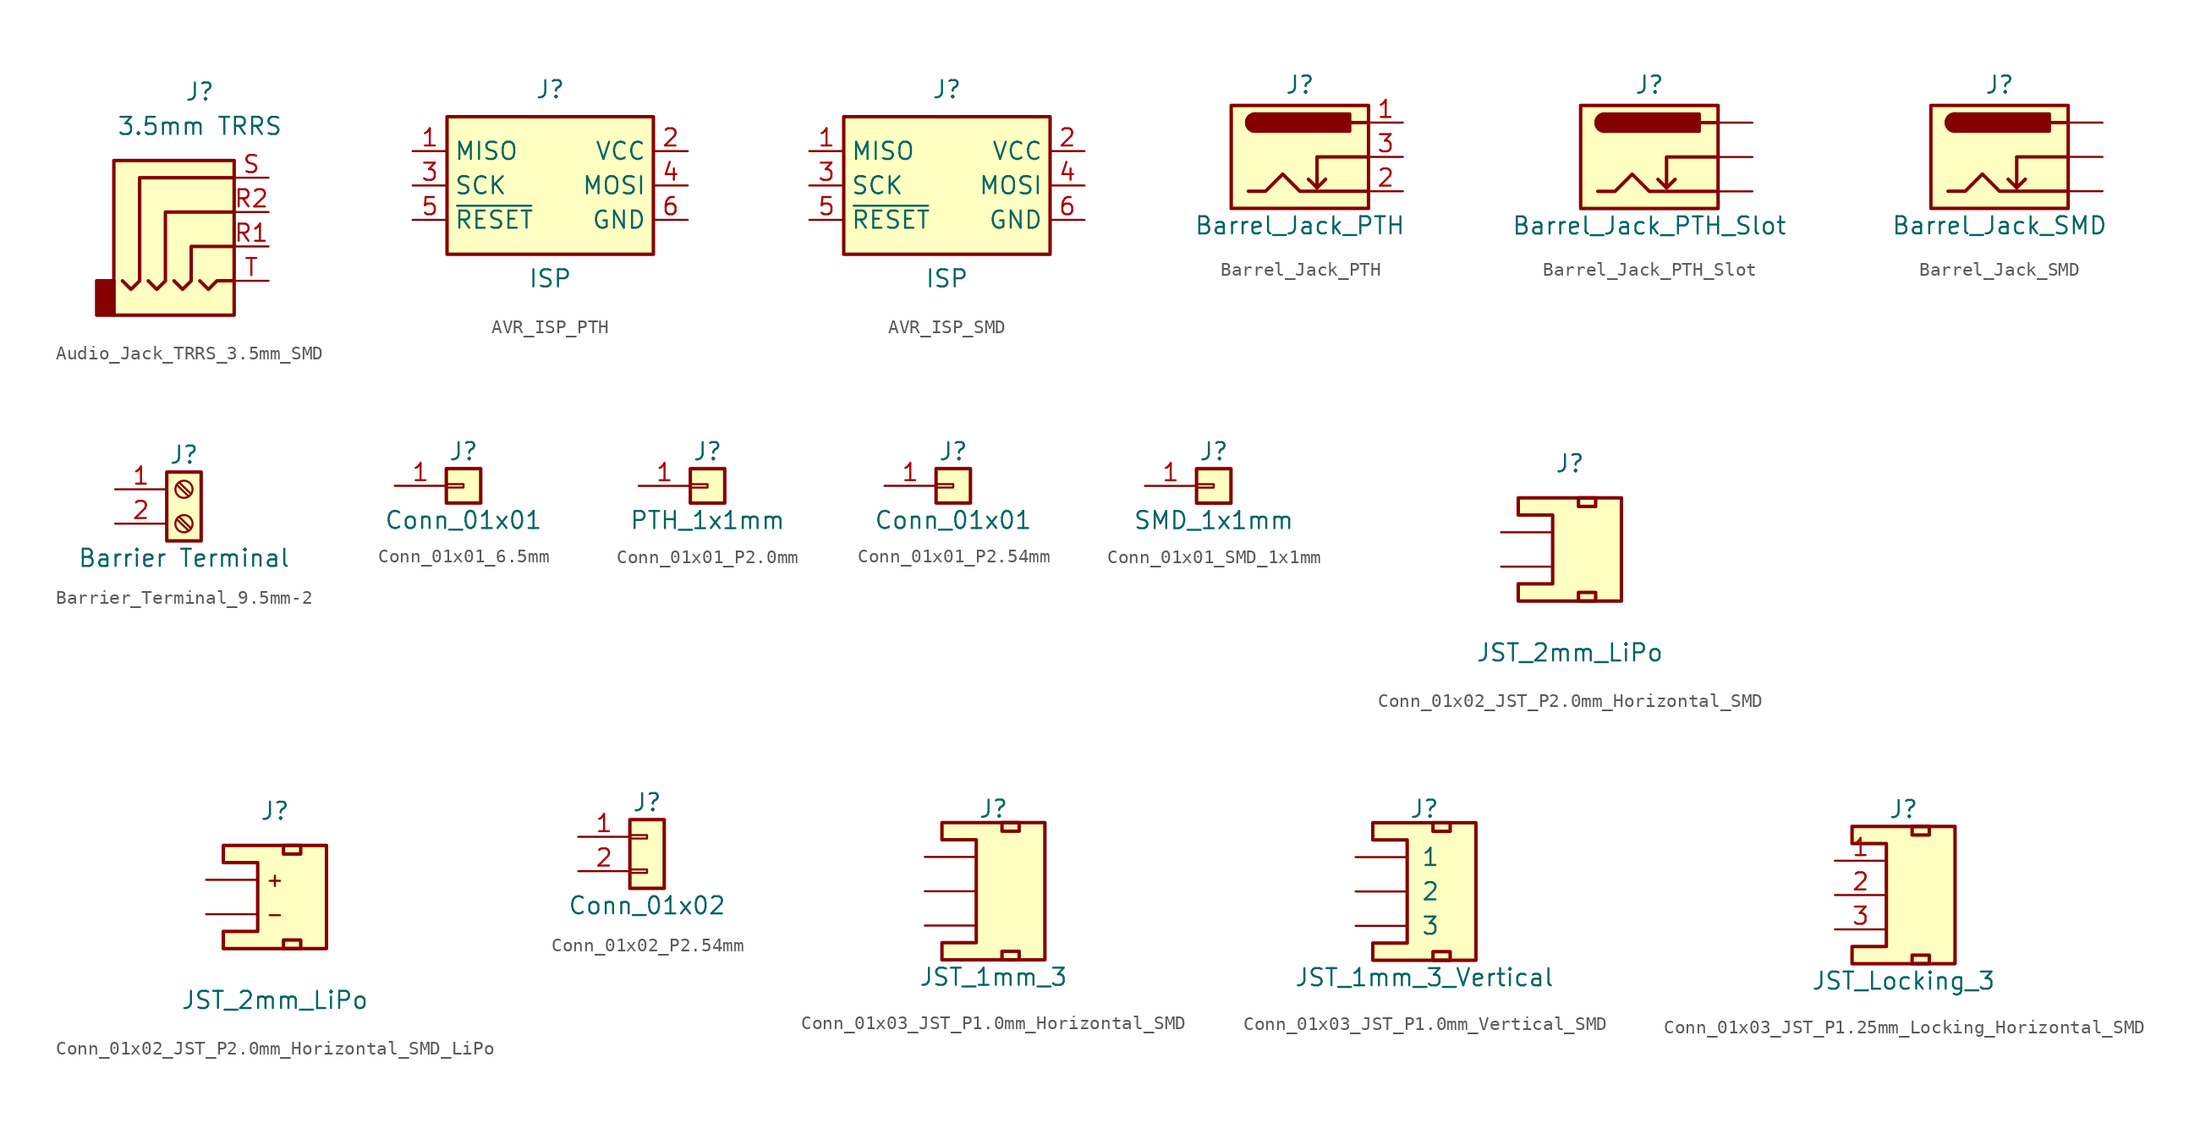
<source format=kicad_sym>
(kicad_symbol_lib
  (version 20241209)
  (generator "kicad_symbol_editor")
  (generator_version "9.0")
  (symbol "Audio_Jack_TRRS_3.5mm_SMD"
    (property "Reference" "J"
      (at 0 8.89 0)
      (effects (font (size 1.27 1.27))))
    (property "Value" "3.5mm TRRS"
      (at 0 6.35 0)
      (effects (font (size 1.27 1.27))))
    (symbol "Audio_Jack_TRRS_3.5mm_SMD_0_1"
      (rectangle (start -6.35 3.81) (end 2.54 -7.62) (stroke (width 0.254) (type default)) (fill (type background)))
      (rectangle (start -6.35 -5.08) (end -7.62 -7.62) (stroke (width 0.254) (type default)) (fill (type outline)))
      (polyline (pts (xy -5.715 -5.08) (xy -5.08 -5.715) (xy -4.445 -5.08) (xy -4.445 2.54) (xy 2.54 2.54)) (stroke (width 0.254) (type default)) (fill (type none)))
      (polyline (pts (xy -1.905 -5.08) (xy -1.27 -5.715) (xy -0.635 -5.08) (xy -0.635 -2.54) (xy 2.54 -2.54)) (stroke (width 0.254) (type default)) (fill (type none)))
      (polyline (pts (xy 0 -5.08) (xy 0.635 -5.715) (xy 1.27 -5.08) (xy 2.54 -5.08)) (stroke (width 0.254) (type default)) (fill (type none)))
      (polyline (pts (xy 2.54 0) (xy -2.54 0) (xy -2.54 -5.08) (xy -3.175 -5.715) (xy -3.81 -5.08)) (stroke (width 0.254) (type default)) (fill (type none))))
    (symbol "Audio_Jack_TRRS_3.5mm_SMD_1_1"
      (pin passive line (at 5.08 2.54 180) (length 2.54) (name "~" (effects (font (size 1.27 1.27)))) (number "S" (effects (font (size 1.27 1.27)))))
      (pin passive line (at 5.08 0 180) (length 2.54) (name "~" (effects (font (size 1.27 1.27)))) (number "R2" (effects (font (size 1.27 1.27)))))
      (pin passive line (at 5.08 -2.54 180) (length 2.54) (name "~" (effects (font (size 1.27 1.27)))) (number "R1" (effects (font (size 1.27 1.27)))))
      (pin passive line (at 5.08 -5.08 180) (length 2.54) (name "~" (effects (font (size 1.27 1.27)))) (number "T" (effects (font (size 1.27 1.27)))))))
  (symbol "AVR_ISP_PTH"
    (property "Reference" "J"
      (at 0 6.35 0)
      (effects (font (size 1.27 1.27)) (justify bottom)))
    (property "Value" "ISP"
      (at 0 -7.62 0)
      (effects (font (size 1.27 1.27)) (justify bottom)))
    (symbol "AVR_ISP_PTH_1_0"
      (pin input line (at -10.16 2.54 0) (length 2.54) (name "MISO" (effects (font (size 1.27 1.27)))) (number "1" (effects (font (size 1.27 1.27)))))
      (pin input line (at -10.16 0 0) (length 2.54) (name "SCK" (effects (font (size 1.27 1.27)))) (number "3" (effects (font (size 1.27 1.27)))))
      (pin input line (at -10.16 -2.54 0) (length 2.54) (name "~{RESET}" (effects (font (size 1.27 1.27)))) (number "5" (effects (font (size 1.27 1.27)))))
      (pin power_in line (at 10.16 2.54 180) (length 2.54) (name "VCC" (effects (font (size 1.27 1.27)))) (number "2" (effects (font (size 1.27 1.27)))))
      (pin output line (at 10.16 0 180) (length 2.54) (name "MOSI" (effects (font (size 1.27 1.27)))) (number "4" (effects (font (size 1.27 1.27)))))
      (pin power_in line (at 10.16 -2.54 180) (length 2.54) (name "GND" (effects (font (size 1.27 1.27)))) (number "6" (effects (font (size 1.27 1.27))))))
    (symbol "AVR_ISP_PTH_1_1"
      (rectangle (start -7.62 5.08) (end 7.62 -5.08) (stroke (width 0.254) (type default)) (fill (type background)))))
  (symbol "AVR_ISP_SMD"
    (property "Reference" "J"
      (at 0 6.35 0)
      (effects (font (size 1.27 1.27)) (justify bottom)))
    (property "Value" "ISP"
      (at 0 -7.62 0)
      (effects (font (size 1.27 1.27)) (justify bottom)))
    (symbol "AVR_ISP_SMD_1_0"
      (pin input line (at -10.16 2.54 0) (length 2.54) (name "MISO" (effects (font (size 1.27 1.27)))) (number "1" (effects (font (size 1.27 1.27)))))
      (pin input line (at -10.16 0 0) (length 2.54) (name "SCK" (effects (font (size 1.27 1.27)))) (number "3" (effects (font (size 1.27 1.27)))))
      (pin input line (at -10.16 -2.54 0) (length 2.54) (name "~{RESET}" (effects (font (size 1.27 1.27)))) (number "5" (effects (font (size 1.27 1.27)))))
      (pin power_in line (at 10.16 2.54 180) (length 2.54) (name "VCC" (effects (font (size 1.27 1.27)))) (number "2" (effects (font (size 1.27 1.27)))))
      (pin output line (at 10.16 0 180) (length 2.54) (name "MOSI" (effects (font (size 1.27 1.27)))) (number "4" (effects (font (size 1.27 1.27)))))
      (pin power_in line (at 10.16 -2.54 180) (length 2.54) (name "GND" (effects (font (size 1.27 1.27)))) (number "6" (effects (font (size 1.27 1.27))))))
    (symbol "AVR_ISP_SMD_1_1"
      (rectangle (start -7.62 5.08) (end 7.62 -5.08) (stroke (width 0.254) (type default)) (fill (type background)))))
  (symbol "Barrel_Jack_PTH"
    (pin_names
      (hide yes))
    (property "Reference" "J"
      (at 0 5.334 0)
      (effects (font (size 1.27 1.27))))
    (property "Value" "Barrel_Jack_PTH"
      (at 0 -5.08 0)
      (effects (font (size 1.27 1.27))))
    (symbol "Barrel_Jack_PTH_0_1"
      (rectangle (start -5.08 3.81) (end 5.08 -3.81) (stroke (width 0.254) (type default)) (fill (type background)))
      (polyline (pts (xy -3.81 -2.54) (xy -2.54 -2.54) (xy -1.27 -1.27) (xy 0 -2.54) (xy 2.54 -2.54) (xy 5.08 -2.54)) (stroke (width 0.254) (type default)) (fill (type none)))
      (arc (start -3.302 1.905) (mid -3.9343 2.54) (end -3.302 3.175) (stroke (width 0.254) (type default)) (fill (type none)))
      (arc (start -3.302 1.905) (mid -3.9343 2.54) (end -3.302 3.175) (stroke (width 0.254) (type default)) (fill (type outline)))
      (polyline (pts (xy 1.27 -2.286) (xy 1.905 -1.651)) (stroke (width 0.254) (type default)) (fill (type none)))
      (rectangle (start 3.683 3.175) (end -3.302 1.905) (stroke (width 0.254) (type default)) (fill (type outline)))
      (polyline (pts (xy 5.08 2.54) (xy 3.81 2.54)) (stroke (width 0.254) (type default)) (fill (type none)))
      (polyline (pts (xy 5.08 0) (xy 1.27 0) (xy 1.27 -2.286) (xy 0.635 -1.651)) (stroke (width 0.254) (type default)) (fill (type none))))
    (symbol "Barrel_Jack_PTH_1_1"
      (pin passive line (at 7.62 2.54 180) (length 2.54) (name "PWR" (effects (font (size 1.27 1.27)))) (number "1" (effects (font (size 1.27 1.27)))))
      (pin passive line (at 7.62 0 180) (length 2.54) (name "GNDBREAK" (effects (font (size 1.27 1.27)))) (number "3" (effects (font (size 1.27 1.27)))))
      (pin passive line (at 7.62 -2.54 180) (length 2.54) (name "GND" (effects (font (size 1.27 1.27)))) (number "2" (effects (font (size 1.27 1.27)))))))
  (symbol "Barrel_Jack_PTH_Slot"
    (pin_numbers
      (hide yes))
    (pin_names
      (hide yes))
    (property "Reference" "J"
      (at 0 5.334 0)
      (effects (font (size 1.27 1.27))))
    (property "Value" "Barrel_Jack_PTH_Slot"
      (at 0 -5.08 0)
      (effects (font (size 1.27 1.27))))
    (symbol "Barrel_Jack_PTH_Slot_0_1"
      (rectangle (start -5.08 3.81) (end 5.08 -3.81) (stroke (width 0.254) (type default)) (fill (type background)))
      (polyline (pts (xy -3.81 -2.54) (xy -2.54 -2.54) (xy -1.27 -1.27) (xy 0 -2.54) (xy 2.54 -2.54) (xy 5.08 -2.54)) (stroke (width 0.254) (type default)) (fill (type none)))
      (arc (start -3.302 1.905) (mid -3.9343 2.54) (end -3.302 3.175) (stroke (width 0.254) (type default)) (fill (type none)))
      (arc (start -3.302 1.905) (mid -3.9343 2.54) (end -3.302 3.175) (stroke (width 0.254) (type default)) (fill (type outline)))
      (polyline (pts (xy 1.27 -2.286) (xy 1.905 -1.651)) (stroke (width 0.254) (type default)) (fill (type none)))
      (rectangle (start 3.683 3.175) (end -3.302 1.905) (stroke (width 0.254) (type default)) (fill (type outline)))
      (polyline (pts (xy 5.08 2.54) (xy 3.81 2.54)) (stroke (width 0.254) (type default)) (fill (type none)))
      (polyline (pts (xy 5.08 0) (xy 1.27 0) (xy 1.27 -2.286) (xy 0.635 -1.651)) (stroke (width 0.254) (type default)) (fill (type none))))
    (symbol "Barrel_Jack_PTH_Slot_1_1"
      (pin passive line (at 7.62 2.54 180) (length 2.54) (name "PWR" (effects (font (size 1.27 1.27)))) (number "PWR" (effects (font (size 1.27 1.27)))))
      (pin passive line (at 7.62 0 180) (length 2.54) (name "GNDBREAK" (effects (font (size 1.27 1.27)))) (number "GNDBREAK" (effects (font (size 1.27 1.27)))))
      (pin passive line (at 7.62 -2.54 180) (length 2.54) (name "GND" (effects (font (size 1.27 1.27)))) (number "GND" (effects (font (size 1.27 1.27)))))))
  (symbol "Barrel_Jack_SMD"
    (pin_numbers
      (hide yes))
    (pin_names
      (hide yes))
    (property "Reference" "J"
      (at 0 5.334 0)
      (effects (font (size 1.27 1.27))))
    (property "Value" "Barrel_Jack_SMD"
      (at 0 -5.08 0)
      (effects (font (size 1.27 1.27))))
    (symbol "Barrel_Jack_SMD_0_1"
      (rectangle (start -5.08 3.81) (end 5.08 -3.81) (stroke (width 0.254) (type default)) (fill (type background)))
      (polyline (pts (xy -3.81 -2.54) (xy -2.54 -2.54) (xy -1.27 -1.27) (xy 0 -2.54) (xy 2.54 -2.54) (xy 5.08 -2.54)) (stroke (width 0.254) (type default)) (fill (type none)))
      (arc (start -3.302 1.905) (mid -3.9343 2.54) (end -3.302 3.175) (stroke (width 0.254) (type default)) (fill (type none)))
      (arc (start -3.302 1.905) (mid -3.9343 2.54) (end -3.302 3.175) (stroke (width 0.254) (type default)) (fill (type outline)))
      (polyline (pts (xy 1.27 -2.286) (xy 1.905 -1.651)) (stroke (width 0.254) (type default)) (fill (type none)))
      (rectangle (start 3.683 3.175) (end -3.302 1.905) (stroke (width 0.254) (type default)) (fill (type outline)))
      (polyline (pts (xy 5.08 2.54) (xy 3.81 2.54)) (stroke (width 0.254) (type default)) (fill (type none)))
      (polyline (pts (xy 5.08 0) (xy 1.27 0) (xy 1.27 -2.286) (xy 0.635 -1.651)) (stroke (width 0.254) (type default)) (fill (type none))))
    (symbol "Barrel_Jack_SMD_1_1"
      (pin passive line (at 7.62 2.54 180) (length 2.54) (name "PWR" (effects (font (size 1.27 1.27)))) (number "PWR" (effects (font (size 1.27 1.27)))))
      (pin passive line (at 7.62 0 180) (length 2.54) (name "GNDBREAK" (effects (font (size 1.27 1.27)))) (number "GNDBREAK" (effects (font (size 1.27 1.27)))))
      (pin passive line (at 7.62 -2.54 180) (length 2.54) (name "GND" (effects (font (size 1.27 1.27)))) (number "GND" (effects (font (size 1.27 1.27)))))))
  (symbol "Barrier_Terminal_9.5mm-2"
    (pin_names
      (offset 1.016)
      (hide yes))
    (property "Reference" "J"
      (at 0 3.81 0)
      (effects (font (size 1.27 1.27))))
    (property "Value" "Barrier Terminal"
      (at 0 -3.81 0)
      (effects (font (size 1.27 1.27))))
    (symbol "Barrier_Terminal_9.5mm-2_1_1"
      (rectangle (start -1.27 2.54) (end 1.27 -2.54) (stroke (width 0.254) (type default)) (fill (type background)))
      (polyline (pts (xy -0.533 1.6) (xy 0.33 0.762)) (stroke (width 0.152) (type default)) (fill (type none)))
      (polyline (pts (xy -0.533 -0.94) (xy 0.33 -1.778)) (stroke (width 0.152) (type default)) (fill (type none)))
      (polyline (pts (xy -0.356 1.778) (xy 0.508 0.94)) (stroke (width 0.152) (type default)) (fill (type none)))
      (polyline (pts (xy -0.356 -0.762) (xy 0.508 -1.6)) (stroke (width 0.152) (type default)) (fill (type none)))
      (circle (center 0 1.27) (radius 0.635) (stroke (width 0.152) (type default)) (fill (type none)))
      (circle (center 0 -1.27) (radius 0.635) (stroke (width 0.152) (type default)) (fill (type none)))
      (pin passive line (at -5.08 1.27 0) (length 3.81) (name "Pin_1" (effects (font (size 1.27 1.27)))) (number "1" (effects (font (size 1.27 1.27)))))
      (pin passive line (at -5.08 -1.27 0) (length 3.81) (name "Pin_2" (effects (font (size 1.27 1.27)))) (number "2" (effects (font (size 1.27 1.27)))))))
  (symbol "Conn_01x01_6.5mm"
    (pin_names
      (offset 1.016)
      (hide yes))
    (property "Reference" "J"
      (at 0 2.54 0)
      (effects (font (size 1.27 1.27))))
    (property "Value" "Conn_01x01"
      (at 0 -2.54 0)
      (effects (font (size 1.27 1.27))))
    (symbol "Conn_01x01_6.5mm_1_1"
      (rectangle (start -1.27 1.27) (end 1.27 -1.27) (stroke (width 0.254) (type default)) (fill (type background)))
      (rectangle (start -1.27 0.127) (end 0 -0.127) (stroke (width 0.152) (type default)) (fill (type none)))
      (pin passive line (at -5.08 0 0) (length 3.81) (name "Pin_1" (effects (font (size 1.27 1.27)))) (number "1" (effects (font (size 1.27 1.27)))))))
  (symbol "Conn_01x01_P2.0mm"
    (pin_names
      (offset 1.016)
      (hide yes))
    (property "Reference" "J"
      (at 0 2.54 0)
      (effects (font (size 1.27 1.27))))
    (property "Value" "PTH_1x1mm"
      (at 0 -2.54 0)
      (effects (font (size 1.27 1.27))))
    (symbol "Conn_01x01_P2.0mm_1_1"
      (rectangle (start -1.27 1.27) (end 1.27 -1.27) (stroke (width 0.254) (type default)) (fill (type background)))
      (rectangle (start -1.27 0.127) (end 0 -0.127) (stroke (width 0.152) (type default)) (fill (type none)))
      (pin passive line (at -5.08 0 0) (length 3.81) (name "Pin_1" (effects (font (size 1.27 1.27)))) (number "1" (effects (font (size 1.27 1.27)))))))
  (symbol "Conn_01x01_P2.54mm"
    (pin_names
      (offset 1.016)
      (hide yes))
    (property "Reference" "J"
      (at 0 2.54 0)
      (effects (font (size 1.27 1.27))))
    (property "Value" "Conn_01x01"
      (at 0 -2.54 0)
      (effects (font (size 1.27 1.27))))
    (symbol "Conn_01x01_P2.54mm_1_1"
      (rectangle (start -1.27 1.27) (end 1.27 -1.27) (stroke (width 0.254) (type default)) (fill (type background)))
      (rectangle (start -1.27 0.127) (end 0 -0.127) (stroke (width 0.152) (type default)) (fill (type none)))
      (pin passive line (at -5.08 0 0) (length 3.81) (name "Pin_1" (effects (font (size 1.27 1.27)))) (number "1" (effects (font (size 1.27 1.27)))))))
  (symbol "Conn_01x01_SMD_1x1mm"
    (pin_names
      (offset 1.016)
      (hide yes))
    (property "Reference" "J"
      (at 0 2.54 0)
      (effects (font (size 1.27 1.27))))
    (property "Value" "SMD_1x1mm"
      (at 0 -2.54 0)
      (effects (font (size 1.27 1.27))))
    (symbol "Conn_01x01_SMD_1x1mm_1_1"
      (rectangle (start -1.27 1.27) (end 1.27 -1.27) (stroke (width 0.254) (type default)) (fill (type background)))
      (rectangle (start -1.27 0.127) (end 0 -0.127) (stroke (width 0.152) (type default)) (fill (type none)))
      (pin passive line (at -5.08 0 0) (length 3.81) (name "Pin_1" (effects (font (size 1.27 1.27)))) (number "1" (effects (font (size 1.27 1.27)))))))
  (symbol "Conn_01x02_JST_P2.0mm_Horizontal_SMD"
    (pin_numbers
      (hide yes))
    (pin_names
      (offset 1.016)
      (hide yes))
    (property "Reference" "J"
      (at 0 5.08 0)
      (effects (font (size 1.27 1.27))))
    (property "Value" "JST_2mm_LiPo"
      (at 0 -8.89 0)
      (effects (font (size 1.27 1.27))))
    (symbol "Conn_01x02_JST_P2.0mm_Horizontal_SMD_1_1"
      (polyline (pts (xy -1.27 1.27) (xy -3.81 1.27) (xy -3.81 2.54) (xy 3.81 2.54) (xy 3.81 -5.08) (xy -3.81 -5.08) (xy -3.81 -3.81) (xy -1.27 -3.81) (xy -1.27 1.27)) (stroke (width 0.254) (type default)) (fill (type background)))
      (rectangle (start 0.635 2.54) (end 1.905 1.905) (stroke (width 0.254) (type default)) (fill (type none)))
      (rectangle (start 0.635 -4.445) (end 1.905 -5.08) (stroke (width 0.254) (type default)) (fill (type none)))
      (pin passive line (at -5.08 0 0) (length 3.81) (name "+" (effects (font (size 1.27 1.27)))) (number "2" (effects (font (size 1.27 1.27)))))
      (pin passive line (at -5.08 -2.54 0) (length 3.81) (name "-" (effects (font (size 1.27 1.27)))) (number "1" (effects (font (size 1.27 1.27)))))
      (pin no_connect line (at 1.27 1.27 0) (length 2.54) (hide yes) (name "NC2" (effects (font (size 1.27 1.27)))) (number "NC2" (effects (font (size 1.27 1.27)))))
      (pin no_connect line (at 1.27 -3.81 0) (length 2.54) (hide yes) (name "NC1" (effects (font (size 1.27 1.27)))) (number "NC1" (effects (font (size 1.27 1.27)))))))
  (symbol "Conn_01x02_JST_P2.0mm_Horizontal_SMD_LiPo"
    (pin_numbers
      (hide yes))
    (pin_names
      (offset 1.016)
      (hide yes))
    (property "Reference" "J"
      (at 0 5.08 0)
      (effects (font (size 1.27 1.27))))
    (property "Value" "JST_2mm_LiPo"
      (at 0 -8.89 0)
      (effects (font (size 1.27 1.27))))
    (symbol "Conn_01x02_JST_P2.0mm_Horizontal_SMD_LiPo_1_1"
      (polyline (pts (xy -1.27 1.27) (xy -3.81 1.27) (xy -3.81 2.54) (xy 3.81 2.54) (xy 3.81 -5.08) (xy -3.81 -5.08) (xy -3.81 -3.81) (xy -1.27 -3.81) (xy -1.27 1.27)) (stroke (width 0.254) (type default)) (fill (type background)))
      (rectangle (start 0.635 2.54) (end 1.905 1.905) (stroke (width 0.254) (type default)) (fill (type none)))
      (rectangle (start 0.635 -4.445) (end 1.905 -5.08) (stroke (width 0.254) (type default)) (fill (type none)))
      (text "+" (at 0 0 0) (effects (font (size 1 1))))
      (text "-" (at 0 -2.54 0) (effects (font (size 1 1))))
      (pin passive line (at -5.08 0 0) (length 3.81) (name "+" (effects (font (size 1.27 1.27)))) (number "2" (effects (font (size 1.27 1.27)))))
      (pin passive line (at -5.08 -2.54 0) (length 3.81) (name "-" (effects (font (size 1.27 1.27)))) (number "1" (effects (font (size 1.27 1.27)))))
      (pin no_connect line (at 1.27 1.27 0) (length 2.54) (hide yes) (name "NC2" (effects (font (size 1.27 1.27)))) (number "NC2" (effects (font (size 1.27 1.27)))))
      (pin no_connect line (at 1.27 -3.81 0) (length 2.54) (hide yes) (name "NC1" (effects (font (size 1.27 1.27)))) (number "NC1" (effects (font (size 1.27 1.27)))))))
  (symbol "Conn_01x02_P2.54mm"
    (pin_names
      (offset 1.016)
      (hide yes))
    (property "Reference" "J"
      (at 0 2.54 0)
      (effects (font (size 1.27 1.27))))
    (property "Value" "Conn_01x02"
      (at 0 -5.08 0)
      (effects (font (size 1.27 1.27))))
    (symbol "Conn_01x02_P2.54mm_1_1"
      (rectangle (start -1.27 1.27) (end 1.27 -3.81) (stroke (width 0.254) (type default)) (fill (type background)))
      (rectangle (start -1.27 0.127) (end 0 -0.127) (stroke (width 0.152) (type default)) (fill (type none)))
      (rectangle (start -1.27 -2.413) (end 0 -2.667) (stroke (width 0.152) (type default)) (fill (type none)))
      (pin passive line (at -5.08 0 0) (length 3.81) (name "Pin_1" (effects (font (size 1.27 1.27)))) (number "1" (effects (font (size 1.27 1.27)))))
      (pin passive line (at -5.08 -2.54 0) (length 3.81) (name "Pin_2" (effects (font (size 1.27 1.27)))) (number "2" (effects (font (size 1.27 1.27)))))))
  (symbol "Conn_01x03_JST_P1.0mm_Horizontal_SMD"
    (pin_numbers
      (hide yes))
    (pin_names
      (offset 1.016)
      (hide yes))
    (property "Reference" "J"
      (at 0 6.096 0)
      (effects (font (size 1.27 1.27))))
    (property "Value" "JST_1mm_3"
      (at 0 -6.35 0)
      (effects (font (size 1.27 1.27))))
    (symbol "Conn_01x03_JST_P1.0mm_Horizontal_SMD_1_1"
      (polyline (pts (xy -1.27 3.81) (xy -3.81 3.81) (xy -3.81 5.08) (xy 3.81 5.08) (xy 3.81 -5.08) (xy -3.81 -5.08) (xy -3.81 -3.81) (xy -1.27 -3.81) (xy -1.27 3.81)) (stroke (width 0.254) (type default)) (fill (type background)))
      (rectangle (start 0.635 5.08) (end 1.905 4.445) (stroke (width 0.254) (type default)) (fill (type none)))
      (rectangle (start 0.635 -4.445) (end 1.905 -5.08) (stroke (width 0.254) (type default)) (fill (type none)))
      (pin passive line (at -5.08 2.54 0) (length 3.81) (name "1" (effects (font (size 1.27 1.27)))) (number "1" (effects (font (size 1.27 1.27)))))
      (pin passive line (at -5.08 0 0) (length 3.81) (name "2" (effects (font (size 1.27 1.27)))) (number "2" (effects (font (size 1.27 1.27)))))
      (pin passive line (at -5.08 -2.54 0) (length 3.81) (name "3" (effects (font (size 1.27 1.27)))) (number "3" (effects (font (size 1.27 1.27)))))))
  (symbol "Conn_01x03_JST_P1.0mm_Vertical_SMD"
    (pin_numbers
      (hide yes))
    (pin_names
      (offset 1.016))
    (property "Reference" "J"
      (at 0 6.096 0)
      (effects (font (size 1.27 1.27))))
    (property "Value" "JST_1mm_3_Vertical"
      (at 0 -6.35 0)
      (effects (font (size 1.27 1.27))))
    (symbol "Conn_01x03_JST_P1.0mm_Vertical_SMD_1_1"
      (polyline (pts (xy -1.27 3.81) (xy -3.81 3.81) (xy -3.81 5.08) (xy 3.81 5.08) (xy 3.81 -5.08) (xy -3.81 -5.08) (xy -3.81 -3.81) (xy -1.27 -3.81) (xy -1.27 3.81)) (stroke (width 0.254) (type default)) (fill (type background)))
      (rectangle (start 0.635 5.08) (end 1.905 4.445) (stroke (width 0.254) (type default)) (fill (type none)))
      (rectangle (start 0.635 -4.445) (end 1.905 -5.08) (stroke (width 0.254) (type default)) (fill (type none)))
      (pin passive line (at -5.08 2.54 0) (length 3.81) (name "1" (effects (font (size 1.27 1.27)))) (number "1" (effects (font (size 1.27 1.27)))))
      (pin passive line (at -5.08 0 0) (length 3.81) (name "2" (effects (font (size 1.27 1.27)))) (number "2" (effects (font (size 1.27 1.27)))))
      (pin passive line (at -5.08 -2.54 0) (length 3.81) (name "3" (effects (font (size 1.27 1.27)))) (number "3" (effects (font (size 1.27 1.27)))))))
  (symbol "Conn_01x03_JST_P1.25mm_Locking_Horizontal_SMD"
    (pin_names
      (offset 1.016)
      (hide yes))
    (property "Reference" "J"
      (at 0 6.35 0)
      (effects (font (size 1.27 1.27))))
    (property "Value" "JST_Locking_3"
      (at 0 -6.35 0)
      (effects (font (size 1.27 1.27))))
    (symbol "Conn_01x03_JST_P1.25mm_Locking_Horizontal_SMD_1_1"
      (polyline (pts (xy -1.27 3.81) (xy -3.81 3.81) (xy -3.81 5.08) (xy 3.81 5.08) (xy 3.81 -5.08) (xy -3.81 -5.08) (xy -3.81 -3.81) (xy -1.27 -3.81) (xy -1.27 3.81)) (stroke (width 0.254) (type default)) (fill (type background)))
      (rectangle (start 0.635 5.08) (end 1.905 4.445) (stroke (width 0.254) (type default)) (fill (type none)))
      (rectangle (start 0.635 -4.445) (end 1.905 -5.08) (stroke (width 0.254) (type default)) (fill (type none)))
      (pin passive line (at -5.08 2.54 0) (length 3.81) (name "Pin_1" (effects (font (size 1.27 1.27)))) (number "1" (effects (font (size 1.27 1.27)))))
      (pin passive line (at -5.08 0 0) (length 3.81) (name "Pin_2" (effects (font (size 1.27 1.27)))) (number "2" (effects (font (size 1.27 1.27)))))
      (pin passive line (at -5.08 -2.54 0) (length 3.81) (name "Pin_3" (effects (font (size 1.27 1.27)))) (number "3" (effects (font (size 1.27 1.27)))))
      (pin no_connect line (at 3.81 -5.08 90) (length 5.08) (hide yes) (name "NC" (effects (font (size 1.27 1.27)))) (number "NC2" (effects (font (size 1.27 1.27)))))
      (pin no_connect line (at 6.35 -5.08 90) (length 5.08) (hide yes) (name "NC" (effects (font (size 1.27 1.27)))) (number "NC1" (effects (font (size 1.27 1.27))))))))
</source>
